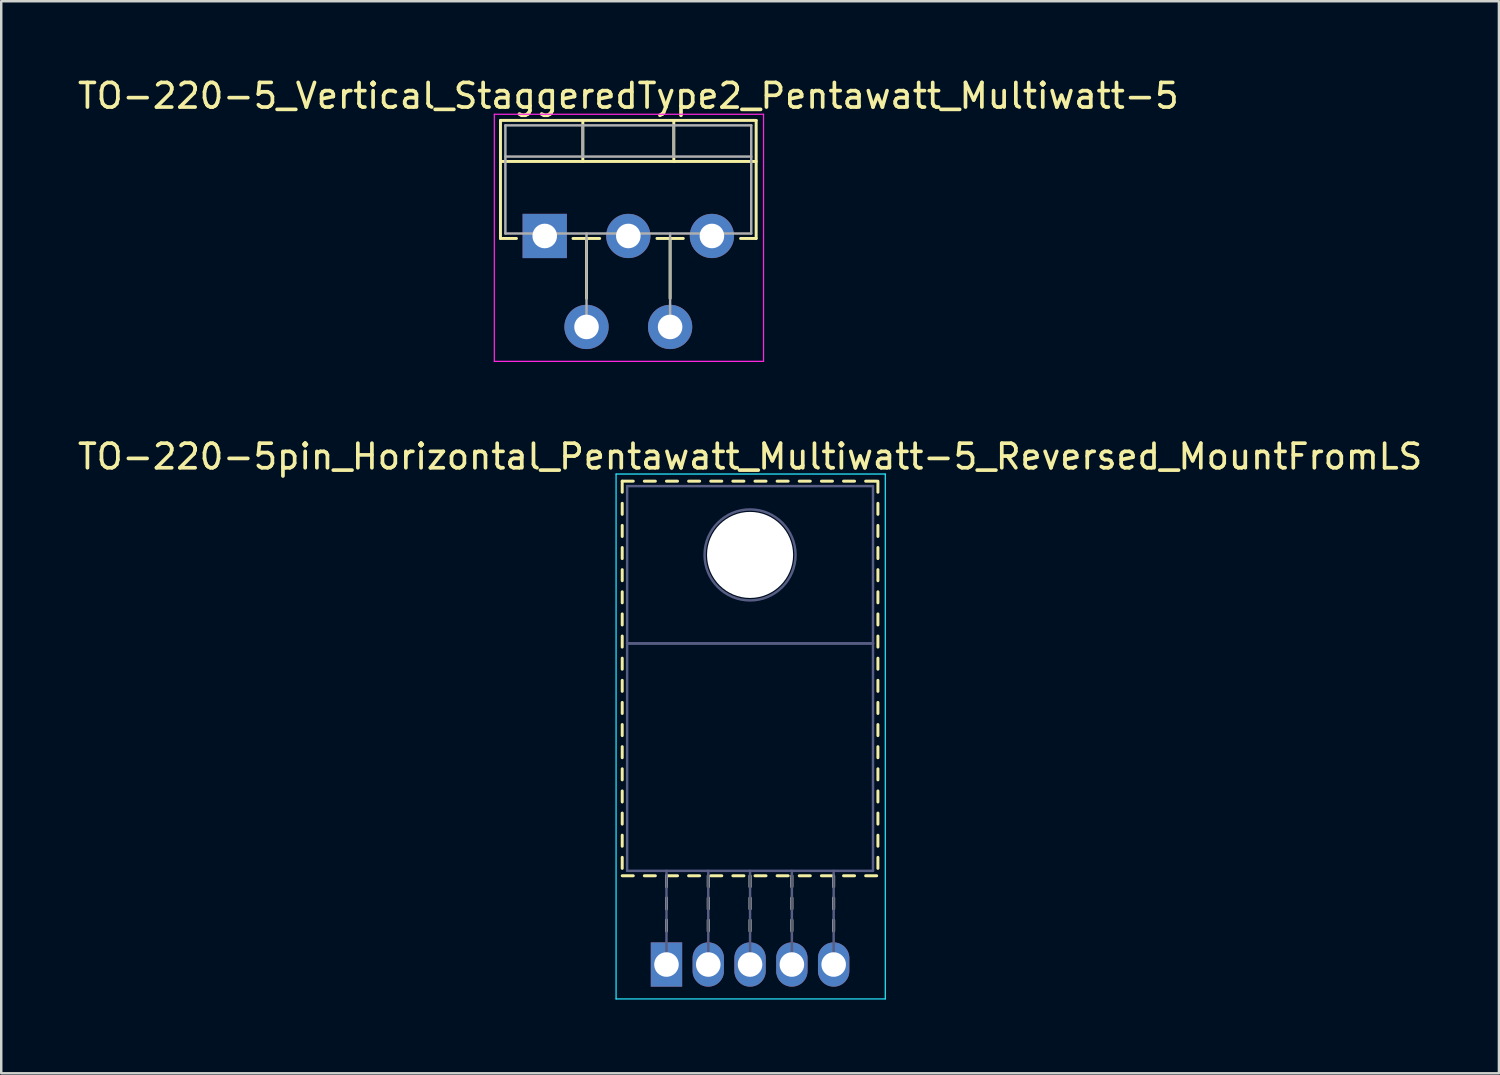
<source format=kicad_pcb>
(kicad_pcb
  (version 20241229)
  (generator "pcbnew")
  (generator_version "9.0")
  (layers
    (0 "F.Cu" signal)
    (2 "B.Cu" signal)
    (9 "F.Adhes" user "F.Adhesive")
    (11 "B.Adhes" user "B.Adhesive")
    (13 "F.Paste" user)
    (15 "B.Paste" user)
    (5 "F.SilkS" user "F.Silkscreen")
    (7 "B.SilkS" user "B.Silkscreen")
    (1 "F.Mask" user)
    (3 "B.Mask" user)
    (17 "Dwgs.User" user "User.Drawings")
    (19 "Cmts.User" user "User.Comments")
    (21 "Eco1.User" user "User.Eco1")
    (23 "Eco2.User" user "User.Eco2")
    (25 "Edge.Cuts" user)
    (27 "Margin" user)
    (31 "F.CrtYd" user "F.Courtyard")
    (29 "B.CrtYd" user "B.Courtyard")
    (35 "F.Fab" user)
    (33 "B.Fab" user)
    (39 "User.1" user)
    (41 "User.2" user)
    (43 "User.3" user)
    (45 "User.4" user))
  (footprint "TO-220-5pin_Horizontal_Pentawatt_Multiwatt-5_Reversed_MountFromLS"
    (layer "F.Cu")
    (at 24.058 36.181)
    (property "Reference" "TO-220-5pin_Horizontal_Pentawatt_Multiwatt-5_Reversed_MountFromLS" (at 3.4 -20.66 0) (layer "F.SilkS") (effects (font (size 1 1) (thickness 0.15))))
    (attr through_hole)
    (fp_line (start -1.8 -19.66) (end -1.8 -19.21) (stroke (width 0.12) (type solid)) (layer "F.SilkS"))
    (fp_line (start -1.8 -19.66) (end -1.35 -19.66) (stroke (width 0.12) (type solid)) (layer "F.SilkS"))
    (fp_line (start -1.8 -18.76) (end -1.8 -18.311) (stroke (width 0.12) (type solid)) (layer "F.SilkS"))
    (fp_line (start -1.8 -17.861) (end -1.8 -17.411) (stroke (width 0.12) (type solid)) (layer "F.SilkS"))
    (fp_line (start -1.8 -16.961) (end -1.8 -16.511) (stroke (width 0.12) (type solid)) (layer "F.SilkS"))
    (fp_line (start -1.8 -16.061) (end -1.8 -15.611) (stroke (width 0.12) (type solid)) (layer "F.SilkS"))
    (fp_line (start -1.8 -15.161) (end -1.8 -14.711) (stroke (width 0.12) (type solid)) (layer "F.SilkS"))
    (fp_line (start -1.8 -14.261) (end -1.8 -13.811) (stroke (width 0.12) (type solid)) (layer "F.SilkS"))
    (fp_line (start -1.8 -13.361) (end -1.8 -12.911) (stroke (width 0.12) (type solid)) (layer "F.SilkS"))
    (fp_line (start -1.8 -12.461) (end -1.8 -12.011) (stroke (width 0.12) (type solid)) (layer "F.SilkS"))
    (fp_line (start -1.8 -11.561) (end -1.8 -11.111) (stroke (width 0.12) (type solid)) (layer "F.SilkS"))
    (fp_line (start -1.8 -10.661) (end -1.8 -10.211) (stroke (width 0.12) (type solid)) (layer "F.SilkS"))
    (fp_line (start -1.8 -9.761) (end -1.8 -9.311) (stroke (width 0.12) (type solid)) (layer "F.SilkS"))
    (fp_line (start -1.8 -8.861) (end -1.8 -8.411) (stroke (width 0.12) (type solid)) (layer "F.SilkS"))
    (fp_line (start -1.8 -7.961) (end -1.8 -7.511) (stroke (width 0.12) (type solid)) (layer "F.SilkS"))
    (fp_line (start -1.8 -7.061) (end -1.8 -6.611) (stroke (width 0.12) (type solid)) (layer "F.SilkS"))
    (fp_line (start -1.8 -6.161) (end -1.8 -5.711) (stroke (width 0.12) (type solid)) (layer "F.SilkS"))
    (fp_line (start -1.8 -5.261) (end -1.8 -4.811) (stroke (width 0.12) (type solid)) (layer "F.SilkS"))
    (fp_line (start -1.8 -4.361) (end -1.8 -3.911) (stroke (width 0.12) (type solid)) (layer "F.SilkS"))
    (fp_line (start -1.8 -3.61) (end -1.35 -3.61) (stroke (width 0.12) (type solid)) (layer "F.SilkS"))
    (fp_line (start -0.901 -19.66) (end -0.451 -19.66) (stroke (width 0.12) (type solid)) (layer "F.SilkS"))
    (fp_line (start -0.901 -3.61) (end -0.451 -3.61) (stroke (width 0.12) (type solid)) (layer "F.SilkS"))
    (fp_line (start -0.001 -19.66) (end 0.45 -19.66) (stroke (width 0.12) (type solid)) (layer "F.SilkS"))
    (fp_line (start -0.001 -3.61) (end 0.45 -3.61) (stroke (width 0.12) (type solid)) (layer "F.SilkS"))
    (fp_line (start 0 -3.61) (end 0 -3.16) (stroke (width 0.12) (type solid)) (layer "F.SilkS"))
    (fp_line (start 0 -2.71) (end 0 -2.26) (stroke (width 0.12) (type solid)) (layer "F.SilkS"))
    (fp_line (start 0 -1.81) (end 0 -1.36) (stroke (width 0.12) (type solid)) (layer "F.SilkS"))
    (fp_line (start 0.9 -19.66) (end 1.35 -19.66) (stroke (width 0.12) (type solid)) (layer "F.SilkS"))
    (fp_line (start 0.9 -3.61) (end 1.35 -3.61) (stroke (width 0.12) (type solid)) (layer "F.SilkS"))
    (fp_line (start 1.7 -3.61) (end 1.7 -3.16) (stroke (width 0.12) (type solid)) (layer "F.SilkS"))
    (fp_line (start 1.7 -2.71) (end 1.7 -2.26) (stroke (width 0.12) (type solid)) (layer "F.SilkS"))
    (fp_line (start 1.7 -1.81) (end 1.7 -1.36) (stroke (width 0.12) (type solid)) (layer "F.SilkS"))
    (fp_line (start 1.8 -19.66) (end 2.25 -19.66) (stroke (width 0.12) (type solid)) (layer "F.SilkS"))
    (fp_line (start 1.8 -3.61) (end 2.25 -3.61) (stroke (width 0.12) (type solid)) (layer "F.SilkS"))
    (fp_line (start 2.7 -19.66) (end 3.15 -19.66) (stroke (width 0.12) (type solid)) (layer "F.SilkS"))
    (fp_line (start 2.7 -3.61) (end 3.15 -3.61) (stroke (width 0.12) (type solid)) (layer "F.SilkS"))
    (fp_line (start 3.4 -3.61) (end 3.4 -3.16) (stroke (width 0.12) (type solid)) (layer "F.SilkS"))
    (fp_line (start 3.4 -2.71) (end 3.4 -2.26) (stroke (width 0.12) (type solid)) (layer "F.SilkS"))
    (fp_line (start 3.4 -1.81) (end 3.4 -1.36) (stroke (width 0.12) (type solid)) (layer "F.SilkS"))
    (fp_line (start 3.6 -19.66) (end 4.05 -19.66) (stroke (width 0.12) (type solid)) (layer "F.SilkS"))
    (fp_line (start 3.6 -3.61) (end 4.05 -3.61) (stroke (width 0.12) (type solid)) (layer "F.SilkS"))
    (fp_line (start 4.5 -19.66) (end 4.95 -19.66) (stroke (width 0.12) (type solid)) (layer "F.SilkS"))
    (fp_line (start 4.5 -3.61) (end 4.95 -3.61) (stroke (width 0.12) (type solid)) (layer "F.SilkS"))
    (fp_line (start 5.1 -3.61) (end 5.1 -3.16) (stroke (width 0.12) (type solid)) (layer "F.SilkS"))
    (fp_line (start 5.1 -2.71) (end 5.1 -2.26) (stroke (width 0.12) (type solid)) (layer "F.SilkS"))
    (fp_line (start 5.1 -1.81) (end 5.1 -1.36) (stroke (width 0.12) (type solid)) (layer "F.SilkS"))
    (fp_line (start 5.4 -19.66) (end 5.85 -19.66) (stroke (width 0.12) (type solid)) (layer "F.SilkS"))
    (fp_line (start 5.4 -3.61) (end 5.85 -3.61) (stroke (width 0.12) (type solid)) (layer "F.SilkS"))
    (fp_line (start 6.301 -19.66) (end 6.751 -19.66) (stroke (width 0.12) (type solid)) (layer "F.SilkS"))
    (fp_line (start 6.301 -3.61) (end 6.751 -3.61) (stroke (width 0.12) (type solid)) (layer "F.SilkS"))
    (fp_line (start 6.8 -3.61) (end 6.8 -3.16) (stroke (width 0.12) (type solid)) (layer "F.SilkS"))
    (fp_line (start 6.8 -2.71) (end 6.8 -2.26) (stroke (width 0.12) (type solid)) (layer "F.SilkS"))
    (fp_line (start 6.8 -1.81) (end 6.8 -1.36) (stroke (width 0.12) (type solid)) (layer "F.SilkS"))
    (fp_line (start 7.201 -19.66) (end 7.651 -19.66) (stroke (width 0.12) (type solid)) (layer "F.SilkS"))
    (fp_line (start 7.201 -3.61) (end 7.651 -3.61) (stroke (width 0.12) (type solid)) (layer "F.SilkS"))
    (fp_line (start 8.101 -19.66) (end 8.55 -19.66) (stroke (width 0.12) (type solid)) (layer "F.SilkS"))
    (fp_line (start 8.101 -3.61) (end 8.55 -3.61) (stroke (width 0.12) (type solid)) (layer "F.SilkS"))
    (fp_line (start 8.6 -19.66) (end 8.6 -19.21) (stroke (width 0.12) (type solid)) (layer "F.SilkS"))
    (fp_line (start 8.6 -18.76) (end 8.6 -18.311) (stroke (width 0.12) (type solid)) (layer "F.SilkS"))
    (fp_line (start 8.6 -17.861) (end 8.6 -17.411) (stroke (width 0.12) (type solid)) (layer "F.SilkS"))
    (fp_line (start 8.6 -16.961) (end 8.6 -16.511) (stroke (width 0.12) (type solid)) (layer "F.SilkS"))
    (fp_line (start 8.6 -16.061) (end 8.6 -15.611) (stroke (width 0.12) (type solid)) (layer "F.SilkS"))
    (fp_line (start 8.6 -15.161) (end 8.6 -14.711) (stroke (width 0.12) (type solid)) (layer "F.SilkS"))
    (fp_line (start 8.6 -14.261) (end 8.6 -13.811) (stroke (width 0.12) (type solid)) (layer "F.SilkS"))
    (fp_line (start 8.6 -13.361) (end 8.6 -12.911) (stroke (width 0.12) (type solid)) (layer "F.SilkS"))
    (fp_line (start 8.6 -12.461) (end 8.6 -12.011) (stroke (width 0.12) (type solid)) (layer "F.SilkS"))
    (fp_line (start 8.6 -11.561) (end 8.6 -11.111) (stroke (width 0.12) (type solid)) (layer "F.SilkS"))
    (fp_line (start 8.6 -10.661) (end 8.6 -10.211) (stroke (width 0.12) (type solid)) (layer "F.SilkS"))
    (fp_line (start 8.6 -9.761) (end 8.6 -9.311) (stroke (width 0.12) (type solid)) (layer "F.SilkS"))
    (fp_line (start 8.6 -8.861) (end 8.6 -8.411) (stroke (width 0.12) (type solid)) (layer "F.SilkS"))
    (fp_line (start 8.6 -7.961) (end 8.6 -7.511) (stroke (width 0.12) (type solid)) (layer "F.SilkS"))
    (fp_line (start 8.6 -7.061) (end 8.6 -6.611) (stroke (width 0.12) (type solid)) (layer "F.SilkS"))
    (fp_line (start 8.6 -6.161) (end 8.6 -5.711) (stroke (width 0.12) (type solid)) (layer "F.SilkS"))
    (fp_line (start 8.6 -5.261) (end 8.6 -4.811) (stroke (width 0.12) (type solid)) (layer "F.SilkS"))
    (fp_line (start 8.6 -4.361) (end 8.6 -3.911) (stroke (width 0.12) (type solid)) (layer "F.SilkS"))
    (fp_line (start -2.05 -19.95) (end -2.05 1.4) (stroke (width 0.05) (type solid)) (layer "B.CrtYd"))
    (fp_line (start -2.05 1.4) (end 8.9 1.4) (stroke (width 0.05) (type solid)) (layer "B.CrtYd"))
    (fp_line (start 8.9 -19.95) (end -2.05 -19.95) (stroke (width 0.05) (type solid)) (layer "B.CrtYd"))
    (fp_line (start 8.9 1.4) (end 8.9 -19.95) (stroke (width 0.05) (type solid)) (layer "B.CrtYd"))
    (fp_line (start -1.6 -19.46) (end 8.4 -19.46) (stroke (width 0.1) (type solid)) (layer "B.Fab"))
    (fp_line (start -1.6 -13.06) (end -1.6 -19.46) (stroke (width 0.1) (type solid)) (layer "B.Fab"))
    (fp_line (start -1.6 -13.06) (end 8.4 -13.06) (stroke (width 0.1) (type solid)) (layer "B.Fab"))
    (fp_line (start -1.6 -3.81) (end -1.6 -13.06) (stroke (width 0.1) (type solid)) (layer "B.Fab"))
    (fp_line (start 0 -3.81) (end 0 0) (stroke (width 0.1) (type solid)) (layer "B.Fab"))
    (fp_line (start 1.7 -3.81) (end 1.7 0) (stroke (width 0.1) (type solid)) (layer "B.Fab"))
    (fp_line (start 3.4 -3.81) (end 3.4 0) (stroke (width 0.1) (type solid)) (layer "B.Fab"))
    (fp_line (start 5.1 -3.81) (end 5.1 0) (stroke (width 0.1) (type solid)) (layer "B.Fab"))
    (fp_line (start 6.8 -3.81) (end 6.8 0) (stroke (width 0.1) (type solid)) (layer "B.Fab"))
    (fp_line (start 8.4 -19.46) (end 8.4 -13.06) (stroke (width 0.1) (type solid)) (layer "B.Fab"))
    (fp_line (start 8.4 -13.06) (end -1.6 -13.06) (stroke (width 0.1) (type solid)) (layer "B.Fab"))
    (fp_line (start 8.4 -13.06) (end 8.4 -3.81) (stroke (width 0.1) (type solid)) (layer "B.Fab"))
    (fp_line (start 8.4 -3.81) (end -1.6 -3.81) (stroke (width 0.1) (type solid)) (layer "B.Fab"))
    (fp_circle (center 3.4 -16.66) (end 5.25 -16.66) (stroke (width 0.1) (type solid)) (fill no) (layer "B.Fab"))
    (pad "" np_thru_hole oval (at 3.4 -16.66) (size 3.5 3.5) (drill 3.5) (layers "*.Cu" "*.Mask"))
    (pad "1" thru_hole rect (at 0 0) (size 1.275 1.8) (drill 1) (layers "*.Cu" "*.Mask"))
    (pad "2" thru_hole oval (at 1.7 0) (size 1.275 1.8) (drill 1) (layers "*.Cu" "*.Mask"))
    (pad "3" thru_hole oval (at 3.4 0) (size 1.275 1.8) (drill 1) (layers "*.Cu" "*.Mask"))
    (pad "4" thru_hole oval (at 5.1 0) (size 1.275 1.8) (drill 1) (layers "*.Cu" "*.Mask"))
    (pad "5" thru_hole oval (at 6.8 0) (size 1.275 1.8) (drill 1) (layers "*.Cu" "*.Mask")))
  (footprint "TO-220-5_Vertical_StaggeredType2_Pentawatt_Multiwatt-5"
    (layer "F.Cu")
    (at 19.106 6.548)
    (property "Reference" "TO-220-5_Vertical_StaggeredType2_Pentawatt_Multiwatt-5" (at 3.4 -5.7 0) (layer "F.SilkS") (effects (font (size 1 1) (thickness 0.15))))
    (attr through_hole)
    (fp_line (start -1.8 -4.7) (end -1.8 0.101) (stroke (width 0.12) (type solid)) (layer "F.SilkS"))
    (fp_line (start -1.8 -4.7) (end 8.6 -4.7) (stroke (width 0.12) (type solid)) (layer "F.SilkS"))
    (fp_line (start -1.8 -3.03) (end 8.6 -3.03) (stroke (width 0.12) (type solid)) (layer "F.SilkS"))
    (fp_line (start -1.8 0.101) (end -1.15 0.101) (stroke (width 0.12) (type solid)) (layer "F.SilkS"))
    (fp_line (start 1.15 0.101) (end 2.235 0.101) (stroke (width 0.12) (type solid)) (layer "F.SilkS"))
    (fp_line (start 1.55 -4.7) (end 1.55 -3.03) (stroke (width 0.12) (type solid)) (layer "F.SilkS"))
    (fp_line (start 1.7 0.101) (end 1.7 2.535) (stroke (width 0.12) (type solid)) (layer "F.SilkS"))
    (fp_line (start 4.565 0.101) (end 5.636 0.101) (stroke (width 0.12) (type solid)) (layer "F.SilkS"))
    (fp_line (start 5.1 0.101) (end 5.1 2.535) (stroke (width 0.12) (type solid)) (layer "F.SilkS"))
    (fp_line (start 5.25 -4.7) (end 5.25 -3.03) (stroke (width 0.12) (type solid)) (layer "F.SilkS"))
    (fp_line (start 7.965 0.101) (end 8.6 0.101) (stroke (width 0.12) (type solid)) (layer "F.SilkS"))
    (fp_line (start 8.6 -4.7) (end 8.6 0.101) (stroke (width 0.12) (type solid)) (layer "F.SilkS"))
    (fp_line (start -2.05 -4.95) (end -2.05 5.1) (stroke (width 0.05) (type solid)) (layer "F.CrtYd"))
    (fp_line (start -2.05 5.1) (end 8.9 5.1) (stroke (width 0.05) (type solid)) (layer "F.CrtYd"))
    (fp_line (start 8.9 -4.95) (end -2.05 -4.95) (stroke (width 0.05) (type solid)) (layer "F.CrtYd"))
    (fp_line (start 8.9 5.1) (end 8.9 -4.95) (stroke (width 0.05) (type solid)) (layer "F.CrtYd"))
    (fp_line (start -1.6 -4.5) (end -1.6 -0.1) (stroke (width 0.1) (type solid)) (layer "F.Fab"))
    (fp_line (start -1.6 -3.23) (end 8.4 -3.23) (stroke (width 0.1) (type solid)) (layer "F.Fab"))
    (fp_line (start -1.6 -0.1) (end 8.4 -0.1) (stroke (width 0.1) (type solid)) (layer "F.Fab"))
    (fp_line (start 0 -0.1) (end 0 0) (stroke (width 0.1) (type solid)) (layer "F.Fab"))
    (fp_line (start 1.55 -4.5) (end 1.55 -3.23) (stroke (width 0.1) (type solid)) (layer "F.Fab"))
    (fp_line (start 1.7 -0.1) (end 1.7 3.7) (stroke (width 0.1) (type solid)) (layer "F.Fab"))
    (fp_line (start 3.4 -0.1) (end 3.4 0) (stroke (width 0.1) (type solid)) (layer "F.Fab"))
    (fp_line (start 5.1 -0.1) (end 5.1 3.7) (stroke (width 0.1) (type solid)) (layer "F.Fab"))
    (fp_line (start 5.25 -4.5) (end 5.25 -3.23) (stroke (width 0.1) (type solid)) (layer "F.Fab"))
    (fp_line (start 6.8 -0.1) (end 6.8 0) (stroke (width 0.1) (type solid)) (layer "F.Fab"))
    (fp_line (start 8.4 -4.5) (end -1.6 -4.5) (stroke (width 0.1) (type solid)) (layer "F.Fab"))
    (fp_line (start 8.4 -0.1) (end 8.4 -4.5) (stroke (width 0.1) (type solid)) (layer "F.Fab"))
    (pad "1" thru_hole rect (at 0 0) (size 1.8 1.8) (drill 1) (layers "*.Cu" "*.Mask"))
    (pad "2" thru_hole oval (at 1.7 3.7) (size 1.8 1.8) (drill 1) (layers "*.Cu" "*.Mask"))
    (pad "3" thru_hole oval (at 3.4 0) (size 1.8 1.8) (drill 1) (layers "*.Cu" "*.Mask"))
    (pad "4" thru_hole oval (at 5.1 3.7) (size 1.8 1.8) (drill 1) (layers "*.Cu" "*.Mask"))
    (pad "5" thru_hole oval (at 6.8 0) (size 1.8 1.8) (drill 1) (layers "*.Cu" "*.Mask")))
  (gr_rect
    (start -3 -3)
    (end 57.917 40.606)
    (stroke (width 0.1) (type default))
    (fill no)
    (layer "Edge.Cuts")))
</source>
